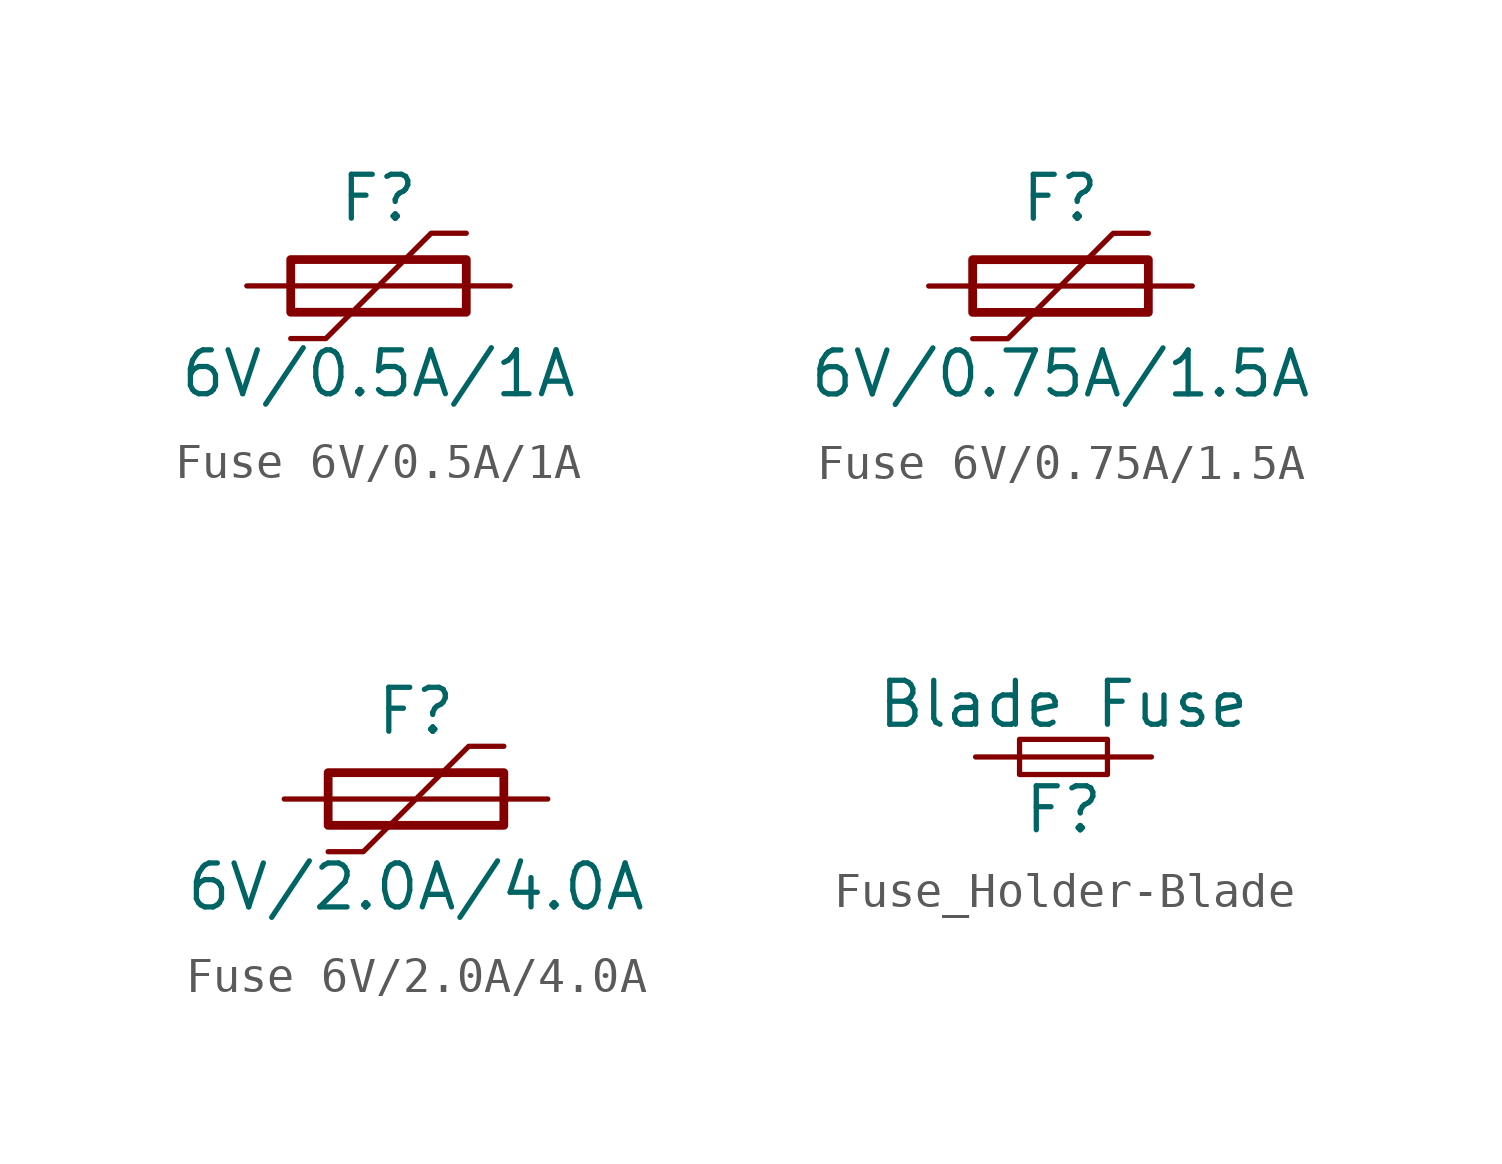
<source format=kicad_sym>
(kicad_symbol_lib
  (version 20220914)
  (generator kicad_symbol_editor)
  (symbol "Fuse 6V/0.5A/1A"
    (pin_numbers hide)
    (pin_names
      (offset 0))
    (property "Reference" "F"
      (at 0 2.54 0)
      (effects (font (size 1.27 1.27))))
    (property "Value" "6V/0.5A/1A"
      (at 0 -2.54 0)
      (effects (font (size 1.27 1.27))))
    (symbol "Fuse 6V/0.5A/1A_0_1"
      (polyline (pts (xy 2.54 0) (xy -2.54 0)) (stroke (width 0) (type default)) (fill (type none)))
      (polyline (pts (xy 2.54 1.524) (xy 1.524 1.524) (xy -1.524 -1.524) (xy -2.54 -1.524)) (stroke (width 0) (type default)) (fill (type none)))
      (rectangle (start 2.54 0.762) (end -2.54 -0.762) (stroke (width 0.254) (type default)) (fill (type none))))
    (symbol "Fuse 6V/0.5A/1A_1_1"
      (pin passive line (at 3.81 0 180) (length 1.27) (name "~" (effects (font (size 1.27 1.27)))) (number "1" (effects (font (size 1.27 1.27)))))
      (pin passive line (at -3.81 0 0) (length 1.27) (name "~" (effects (font (size 1.27 1.27)))) (number "2" (effects (font (size 1.27 1.27)))))))
  (symbol "Fuse 6V/0.75A/1.5A"
    (pin_numbers hide)
    (pin_names
      (offset 0))
    (property "Reference" "F"
      (at 0 2.54 0)
      (effects (font (size 1.27 1.27))))
    (property "Value" "6V/0.75A/1.5A"
      (at 0 -2.54 0)
      (effects (font (size 1.27 1.27))))
    (symbol "Fuse 6V/0.75A/1.5A_0_1"
      (polyline (pts (xy 2.54 0) (xy -2.54 0)) (stroke (width 0) (type default)) (fill (type none)))
      (polyline (pts (xy 2.54 1.524) (xy 1.524 1.524) (xy -1.524 -1.524) (xy -2.54 -1.524)) (stroke (width 0) (type default)) (fill (type none)))
      (rectangle (start 2.54 0.762) (end -2.54 -0.762) (stroke (width 0.254) (type default)) (fill (type none))))
    (symbol "Fuse 6V/0.75A/1.5A_1_1"
      (pin passive line (at 3.81 0 180) (length 1.27) (name "~" (effects (font (size 1.27 1.27)))) (number "1" (effects (font (size 1.27 1.27)))))
      (pin passive line (at -3.81 0 0) (length 1.27) (name "~" (effects (font (size 1.27 1.27)))) (number "2" (effects (font (size 1.27 1.27)))))))
  (symbol "Fuse 6V/2.0A/4.0A"
    (pin_numbers hide)
    (pin_names
      (offset 0))
    (property "Reference" "F"
      (at 0 2.54 0)
      (effects (font (size 1.27 1.27))))
    (property "Value" "6V/2.0A/4.0A"
      (at 0 -2.54 0)
      (effects (font (size 1.27 1.27))))
    (symbol "Fuse 6V/2.0A/4.0A_0_1"
      (polyline (pts (xy 2.54 0) (xy -2.54 0)) (stroke (width 0) (type default)) (fill (type none)))
      (polyline (pts (xy 2.54 1.524) (xy 1.524 1.524) (xy -1.524 -1.524) (xy -2.54 -1.524)) (stroke (width 0) (type default)) (fill (type none)))
      (rectangle (start 2.54 0.762) (end -2.54 -0.762) (stroke (width 0.254) (type default)) (fill (type none))))
    (symbol "Fuse 6V/2.0A/4.0A_1_1"
      (pin passive line (at 3.81 0 180) (length 1.27) (name "~" (effects (font (size 1.27 1.27)))) (number "1" (effects (font (size 1.27 1.27)))))
      (pin passive line (at -3.81 0 0) (length 1.27) (name "~" (effects (font (size 1.27 1.27)))) (number "2" (effects (font (size 1.27 1.27)))))))
  (symbol "Fuse_Holder-Blade"
    (pin_numbers hide)
    (pin_names
      (offset 0.254) hide)
    (property "Reference" "F"
      (at 0 -1.524 0)
      (effects (font (size 1.27 1.27))))
    (property "Value" "Blade Fuse"
      (at 0 1.524 0)
      (effects (font (size 1.27 1.27))))
    (property "PROD_ID" ""
      (at 0 0 0)
      (effects (font (size 1.27 1.27))))
    (symbol "Fuse_Holder-Blade_0_1"
      (rectangle (start -1.27 0.508) (end 1.27 -0.508) (stroke (width 0) (type default)) (fill (type none)))
      (polyline (pts (xy -1.27 0) (xy 1.27 0)) (stroke (width 0) (type default)) (fill (type none))))
    (symbol "Fuse_Holder-Blade_1_1"
      (pin passive line (at -2.54 0 0) (length 1.27) (name "~" (effects (font (size 1.27 1.27)))) (number "1" (effects (font (size 1.27 1.27)))))
      (pin passive line (at 2.54 0 180) (length 1.27) (name "~" (effects (font (size 1.27 1.27)))) (number "2" (effects (font (size 1.27 1.27))))))))
</source>
